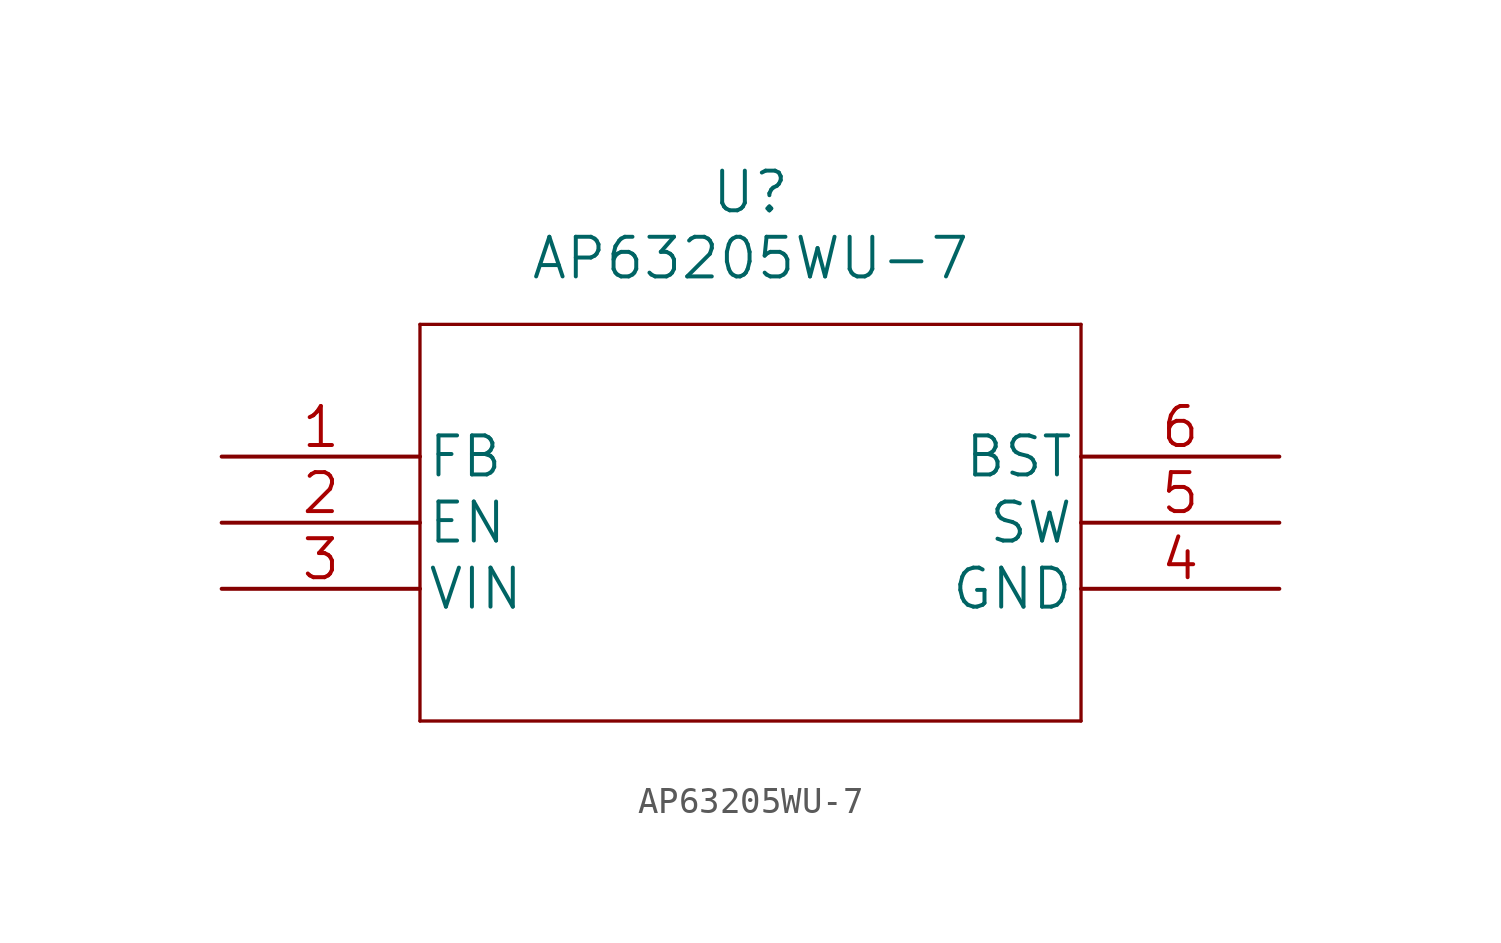
<source format=kicad_sym>
(kicad_symbol_lib
  (version 20211014)
  (generator kicad_symbol_editor)
  (symbol "AP63205WU-7"
    (pin_names
      (offset 0.254))
    (property "Reference" "U"
      (at 20.32 10.16 0)
      (effects (font (size 1.524 1.524))))
    (property "Value" "AP63205WU-7"
      (at 20.32 7.62 0)
      (effects (font (size 1.524 1.524))))
    (property "Datasheet" ""
      (at 0 0 0)
      (effects (font (size 1.524 1.524))))
    (property "ki_locked" ""
      (at 0 0 0)
      (effects (font (size 1.27 1.27))))
    (symbol "AP63205WU-7_1_1"
      (polyline (pts (xy 7.62 -10.16) (xy 33.02 -10.16)) (stroke (width 0.127) (type default) (color 0 0 0 0)) (fill (type none)))
      (polyline (pts (xy 7.62 5.08) (xy 7.62 -10.16)) (stroke (width 0.127) (type default) (color 0 0 0 0)) (fill (type none)))
      (polyline (pts (xy 33.02 -10.16) (xy 33.02 5.08)) (stroke (width 0.127) (type default) (color 0 0 0 0)) (fill (type none)))
      (polyline (pts (xy 33.02 5.08) (xy 7.62 5.08)) (stroke (width 0.127) (type default) (color 0 0 0 0)) (fill (type none)))
      (pin unspecified line (at 0 0 0) (length 7.62) (name "FB" (effects (font (size 1.499 1.499)))) (number "1" (effects (font (size 1.499 1.499)))))
      (pin unspecified line (at 0 -2.54 0) (length 7.62) (name "EN" (effects (font (size 1.499 1.499)))) (number "2" (effects (font (size 1.499 1.499)))))
      (pin unspecified line (at 0 -5.08 0) (length 7.62) (name "VIN" (effects (font (size 1.499 1.499)))) (number "3" (effects (font (size 1.499 1.499)))))
      (pin power_in line (at 40.64 -5.08 180) (length 7.62) (name "GND" (effects (font (size 1.499 1.499)))) (number "4" (effects (font (size 1.499 1.499)))))
      (pin unspecified line (at 40.64 -2.54 180) (length 7.62) (name "SW" (effects (font (size 1.499 1.499)))) (number "5" (effects (font (size 1.499 1.499)))))
      (pin unspecified line (at 40.64 0 180) (length 7.62) (name "BST" (effects (font (size 1.499 1.499)))) (number "6" (effects (font (size 1.499 1.499))))))))
</source>
